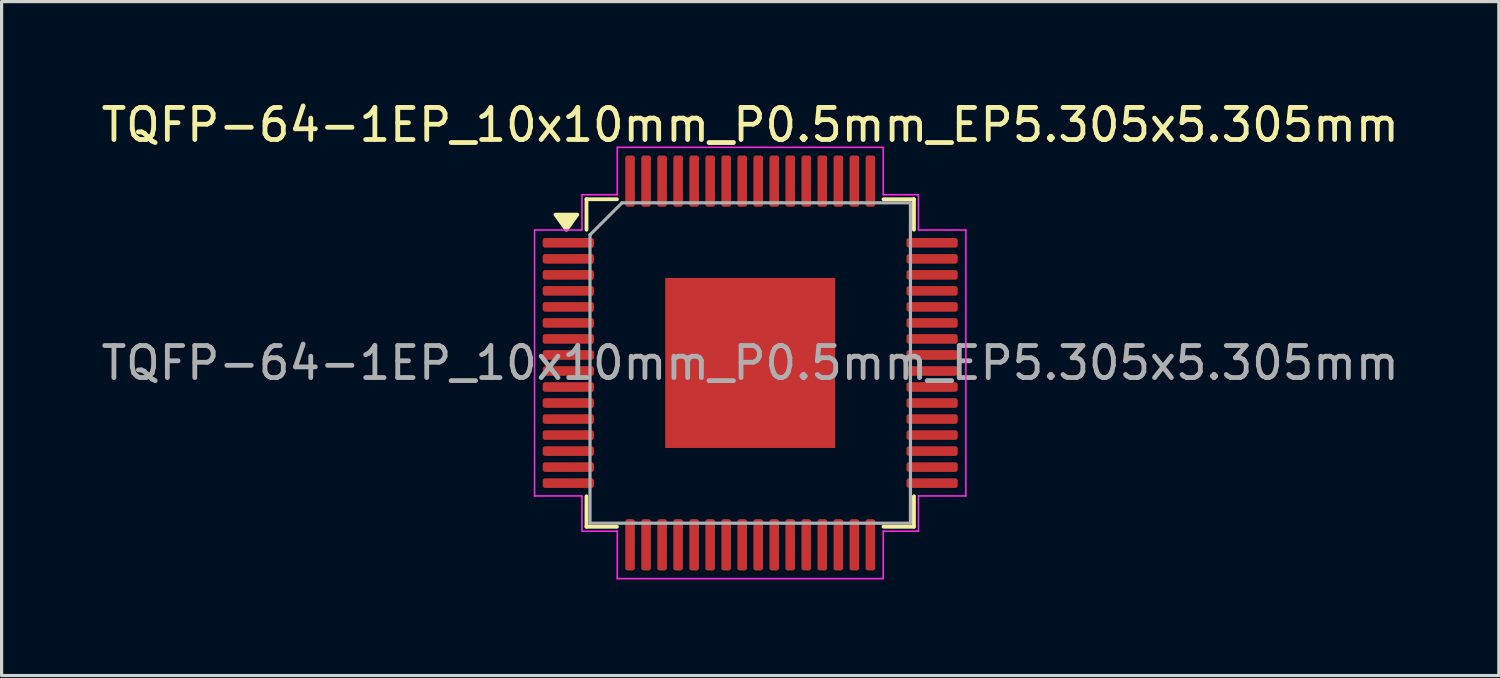
<source format=kicad_pcb>
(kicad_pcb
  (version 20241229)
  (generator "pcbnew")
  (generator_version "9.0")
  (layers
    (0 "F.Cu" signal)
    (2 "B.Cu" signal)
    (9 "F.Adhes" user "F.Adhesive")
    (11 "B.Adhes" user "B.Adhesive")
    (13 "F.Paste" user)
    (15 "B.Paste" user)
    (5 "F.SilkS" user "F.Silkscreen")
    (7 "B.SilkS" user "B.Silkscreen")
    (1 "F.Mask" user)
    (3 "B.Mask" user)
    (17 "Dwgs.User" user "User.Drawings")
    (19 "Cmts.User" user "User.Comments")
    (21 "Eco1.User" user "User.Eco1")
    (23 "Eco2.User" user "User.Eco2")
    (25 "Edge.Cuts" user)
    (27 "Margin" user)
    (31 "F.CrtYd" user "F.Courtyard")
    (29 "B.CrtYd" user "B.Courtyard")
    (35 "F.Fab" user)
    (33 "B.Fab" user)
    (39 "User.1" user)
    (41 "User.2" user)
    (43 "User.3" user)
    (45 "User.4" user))
  (footprint "TQFP-64-1EP_10x10mm_P0.5mm_EP5.305x5.305mm"
    (layer "F.Cu")
    (at 20.363 8.278)
    (property "Reference" "TQFP-64-1EP_10x10mm_P0.5mm_EP5.305x5.305mm" (at 0 -7.43 0) (layer "F.SilkS") (effects (font (size 1 1) (thickness 0.15))))
    (attr smd)
    (fp_line (start -5.11 -5.11) (end -5.11 -4.16) (stroke (width 0.12) (type solid)) (layer "F.SilkS"))
    (fp_line (start -5.11 5.11) (end -5.11 4.16) (stroke (width 0.12) (type solid)) (layer "F.SilkS"))
    (fp_line (start -4.16 -5.11) (end -5.11 -5.11) (stroke (width 0.12) (type solid)) (layer "F.SilkS"))
    (fp_line (start -4.16 5.11) (end -5.11 5.11) (stroke (width 0.12) (type solid)) (layer "F.SilkS"))
    (fp_line (start 4.16 -5.11) (end 5.11 -5.11) (stroke (width 0.12) (type solid)) (layer "F.SilkS"))
    (fp_line (start 4.16 5.11) (end 5.11 5.11) (stroke (width 0.12) (type solid)) (layer "F.SilkS"))
    (fp_line (start 5.11 -5.11) (end 5.11 -4.16) (stroke (width 0.12) (type solid)) (layer "F.SilkS"))
    (fp_line (start 5.11 5.11) (end 5.11 4.16) (stroke (width 0.12) (type solid)) (layer "F.SilkS"))
    (fp_poly (pts (xy -5.737 -4.16) (xy -6.077 -4.63) (xy -5.397 -4.63)) (stroke (width 0.12) (type solid)) (fill yes) (layer "F.SilkS"))
    (fp_line (start -6.73 -4.15) (end -5.25 -4.15) (stroke (width 0.05) (type solid)) (layer "F.CrtYd"))
    (fp_line (start -6.73 4.15) (end -6.73 -4.15) (stroke (width 0.05) (type solid)) (layer "F.CrtYd"))
    (fp_line (start -5.25 -5.25) (end -4.15 -5.25) (stroke (width 0.05) (type solid)) (layer "F.CrtYd"))
    (fp_line (start -5.25 -4.15) (end -5.25 -5.25) (stroke (width 0.05) (type solid)) (layer "F.CrtYd"))
    (fp_line (start -5.25 4.15) (end -6.73 4.15) (stroke (width 0.05) (type solid)) (layer "F.CrtYd"))
    (fp_line (start -5.25 5.25) (end -5.25 4.15) (stroke (width 0.05) (type solid)) (layer "F.CrtYd"))
    (fp_line (start -4.15 -6.73) (end 4.15 -6.73) (stroke (width 0.05) (type solid)) (layer "F.CrtYd"))
    (fp_line (start -4.15 -5.25) (end -4.15 -6.73) (stroke (width 0.05) (type solid)) (layer "F.CrtYd"))
    (fp_line (start -4.15 5.25) (end -5.25 5.25) (stroke (width 0.05) (type solid)) (layer "F.CrtYd"))
    (fp_line (start -4.15 6.73) (end -4.15 5.25) (stroke (width 0.05) (type solid)) (layer "F.CrtYd"))
    (fp_line (start 4.15 -6.73) (end 4.15 -5.25) (stroke (width 0.05) (type solid)) (layer "F.CrtYd"))
    (fp_line (start 4.15 -5.25) (end 5.25 -5.25) (stroke (width 0.05) (type solid)) (layer "F.CrtYd"))
    (fp_line (start 4.15 5.25) (end 4.15 6.73) (stroke (width 0.05) (type solid)) (layer "F.CrtYd"))
    (fp_line (start 4.15 6.73) (end -4.15 6.73) (stroke (width 0.05) (type solid)) (layer "F.CrtYd"))
    (fp_line (start 5.25 -5.25) (end 5.25 -4.15) (stroke (width 0.05) (type solid)) (layer "F.CrtYd"))
    (fp_line (start 5.25 -4.15) (end 6.73 -4.15) (stroke (width 0.05) (type solid)) (layer "F.CrtYd"))
    (fp_line (start 5.25 4.15) (end 5.25 5.25) (stroke (width 0.05) (type solid)) (layer "F.CrtYd"))
    (fp_line (start 5.25 5.25) (end 4.15 5.25) (stroke (width 0.05) (type solid)) (layer "F.CrtYd"))
    (fp_line (start 6.73 -4.15) (end 6.73 4.15) (stroke (width 0.05) (type solid)) (layer "F.CrtYd"))
    (fp_line (start 6.73 4.15) (end 5.25 4.15) (stroke (width 0.05) (type solid)) (layer "F.CrtYd"))
    (fp_line (start -5 -4) (end -4 -5) (stroke (width 0.1) (type solid)) (layer "F.Fab"))
    (fp_line (start -5 5) (end -5 -4) (stroke (width 0.1) (type solid)) (layer "F.Fab"))
    (fp_line (start -4 -5) (end 5 -5) (stroke (width 0.1) (type solid)) (layer "F.Fab"))
    (fp_line (start 5 -5) (end 5 5) (stroke (width 0.1) (type solid)) (layer "F.Fab"))
    (fp_line (start 5 5) (end -5 5) (stroke (width 0.1) (type solid)) (layer "F.Fab"))
    (fp_text user "${REFERENCE}" (at 0 0 0) (layer "F.Fab") (effects (font (size 1 1) (thickness 0.15))))
    (pad "" smd roundrect (at -1.995 -1.995) (size 1.07 1.07) (layers "F.Paste") (roundrect_rratio 0.234))
    (pad "" smd roundrect (at -1.995 -0.665) (size 1.07 1.07) (layers "F.Paste") (roundrect_rratio 0.234))
    (pad "" smd roundrect (at -1.995 0.665) (size 1.07 1.07) (layers "F.Paste") (roundrect_rratio 0.234))
    (pad "" smd roundrect (at -1.995 1.995) (size 1.07 1.07) (layers "F.Paste") (roundrect_rratio 0.234))
    (pad "" smd roundrect (at -0.665 -1.995) (size 1.07 1.07) (layers "F.Paste") (roundrect_rratio 0.234))
    (pad "" smd roundrect (at -0.665 -0.665) (size 1.07 1.07) (layers "F.Paste") (roundrect_rratio 0.234))
    (pad "" smd roundrect (at -0.665 0.665) (size 1.07 1.07) (layers "F.Paste") (roundrect_rratio 0.234))
    (pad "" smd roundrect (at -0.665 1.995) (size 1.07 1.07) (layers "F.Paste") (roundrect_rratio 0.234))
    (pad "" smd roundrect (at 0.665 -1.995) (size 1.07 1.07) (layers "F.Paste") (roundrect_rratio 0.234))
    (pad "" smd roundrect (at 0.665 -0.665) (size 1.07 1.07) (layers "F.Paste") (roundrect_rratio 0.234))
    (pad "" smd roundrect (at 0.665 0.665) (size 1.07 1.07) (layers "F.Paste") (roundrect_rratio 0.234))
    (pad "" smd roundrect (at 0.665 1.995) (size 1.07 1.07) (layers "F.Paste") (roundrect_rratio 0.234))
    (pad "" smd roundrect (at 1.995 -1.995) (size 1.07 1.07) (layers "F.Paste") (roundrect_rratio 0.234))
    (pad "" smd roundrect (at 1.995 -0.665) (size 1.07 1.07) (layers "F.Paste") (roundrect_rratio 0.234))
    (pad "" smd roundrect (at 1.995 0.665) (size 1.07 1.07) (layers "F.Paste") (roundrect_rratio 0.234))
    (pad "" smd roundrect (at 1.995 1.995) (size 1.07 1.07) (layers "F.Paste") (roundrect_rratio 0.234))
    (pad "1" smd roundrect (at -5.675 -3.75) (size 1.6 0.3) (layers "F.Cu" "F.Mask" "F.Paste") (roundrect_rratio 0.25))
    (pad "2" smd roundrect (at -5.675 -3.25) (size 1.6 0.3) (layers "F.Cu" "F.Mask" "F.Paste") (roundrect_rratio 0.25))
    (pad "3" smd roundrect (at -5.675 -2.75) (size 1.6 0.3) (layers "F.Cu" "F.Mask" "F.Paste") (roundrect_rratio 0.25))
    (pad "4" smd roundrect (at -5.675 -2.25) (size 1.6 0.3) (layers "F.Cu" "F.Mask" "F.Paste") (roundrect_rratio 0.25))
    (pad "5" smd roundrect (at -5.675 -1.75) (size 1.6 0.3) (layers "F.Cu" "F.Mask" "F.Paste") (roundrect_rratio 0.25))
    (pad "6" smd roundrect (at -5.675 -1.25) (size 1.6 0.3) (layers "F.Cu" "F.Mask" "F.Paste") (roundrect_rratio 0.25))
    (pad "7" smd roundrect (at -5.675 -0.75) (size 1.6 0.3) (layers "F.Cu" "F.Mask" "F.Paste") (roundrect_rratio 0.25))
    (pad "8" smd roundrect (at -5.675 -0.25) (size 1.6 0.3) (layers "F.Cu" "F.Mask" "F.Paste") (roundrect_rratio 0.25))
    (pad "9" smd roundrect (at -5.675 0.25) (size 1.6 0.3) (layers "F.Cu" "F.Mask" "F.Paste") (roundrect_rratio 0.25))
    (pad "10" smd roundrect (at -5.675 0.75) (size 1.6 0.3) (layers "F.Cu" "F.Mask" "F.Paste") (roundrect_rratio 0.25))
    (pad "11" smd roundrect (at -5.675 1.25) (size 1.6 0.3) (layers "F.Cu" "F.Mask" "F.Paste") (roundrect_rratio 0.25))
    (pad "12" smd roundrect (at -5.675 1.75) (size 1.6 0.3) (layers "F.Cu" "F.Mask" "F.Paste") (roundrect_rratio 0.25))
    (pad "13" smd roundrect (at -5.675 2.25) (size 1.6 0.3) (layers "F.Cu" "F.Mask" "F.Paste") (roundrect_rratio 0.25))
    (pad "14" smd roundrect (at -5.675 2.75) (size 1.6 0.3) (layers "F.Cu" "F.Mask" "F.Paste") (roundrect_rratio 0.25))
    (pad "15" smd roundrect (at -5.675 3.25) (size 1.6 0.3) (layers "F.Cu" "F.Mask" "F.Paste") (roundrect_rratio 0.25))
    (pad "16" smd roundrect (at -5.675 3.75) (size 1.6 0.3) (layers "F.Cu" "F.Mask" "F.Paste") (roundrect_rratio 0.25))
    (pad "17" smd roundrect (at -3.75 5.675) (size 0.3 1.6) (layers "F.Cu" "F.Mask" "F.Paste") (roundrect_rratio 0.25))
    (pad "18" smd roundrect (at -3.25 5.675) (size 0.3 1.6) (layers "F.Cu" "F.Mask" "F.Paste") (roundrect_rratio 0.25))
    (pad "19" smd roundrect (at -2.75 5.675) (size 0.3 1.6) (layers "F.Cu" "F.Mask" "F.Paste") (roundrect_rratio 0.25))
    (pad "20" smd roundrect (at -2.25 5.675) (size 0.3 1.6) (layers "F.Cu" "F.Mask" "F.Paste") (roundrect_rratio 0.25))
    (pad "21" smd roundrect (at -1.75 5.675) (size 0.3 1.6) (layers "F.Cu" "F.Mask" "F.Paste") (roundrect_rratio 0.25))
    (pad "22" smd roundrect (at -1.25 5.675) (size 0.3 1.6) (layers "F.Cu" "F.Mask" "F.Paste") (roundrect_rratio 0.25))
    (pad "23" smd roundrect (at -0.75 5.675) (size 0.3 1.6) (layers "F.Cu" "F.Mask" "F.Paste") (roundrect_rratio 0.25))
    (pad "24" smd roundrect (at -0.25 5.675) (size 0.3 1.6) (layers "F.Cu" "F.Mask" "F.Paste") (roundrect_rratio 0.25))
    (pad "25" smd roundrect (at 0.25 5.675) (size 0.3 1.6) (layers "F.Cu" "F.Mask" "F.Paste") (roundrect_rratio 0.25))
    (pad "26" smd roundrect (at 0.75 5.675) (size 0.3 1.6) (layers "F.Cu" "F.Mask" "F.Paste") (roundrect_rratio 0.25))
    (pad "27" smd roundrect (at 1.25 5.675) (size 0.3 1.6) (layers "F.Cu" "F.Mask" "F.Paste") (roundrect_rratio 0.25))
    (pad "28" smd roundrect (at 1.75 5.675) (size 0.3 1.6) (layers "F.Cu" "F.Mask" "F.Paste") (roundrect_rratio 0.25))
    (pad "29" smd roundrect (at 2.25 5.675) (size 0.3 1.6) (layers "F.Cu" "F.Mask" "F.Paste") (roundrect_rratio 0.25))
    (pad "30" smd roundrect (at 2.75 5.675) (size 0.3 1.6) (layers "F.Cu" "F.Mask" "F.Paste") (roundrect_rratio 0.25))
    (pad "31" smd roundrect (at 3.25 5.675) (size 0.3 1.6) (layers "F.Cu" "F.Mask" "F.Paste") (roundrect_rratio 0.25))
    (pad "32" smd roundrect (at 3.75 5.675) (size 0.3 1.6) (layers "F.Cu" "F.Mask" "F.Paste") (roundrect_rratio 0.25))
    (pad "33" smd roundrect (at 5.675 3.75) (size 1.6 0.3) (layers "F.Cu" "F.Mask" "F.Paste") (roundrect_rratio 0.25))
    (pad "34" smd roundrect (at 5.675 3.25) (size 1.6 0.3) (layers "F.Cu" "F.Mask" "F.Paste") (roundrect_rratio 0.25))
    (pad "35" smd roundrect (at 5.675 2.75) (size 1.6 0.3) (layers "F.Cu" "F.Mask" "F.Paste") (roundrect_rratio 0.25))
    (pad "36" smd roundrect (at 5.675 2.25) (size 1.6 0.3) (layers "F.Cu" "F.Mask" "F.Paste") (roundrect_rratio 0.25))
    (pad "37" smd roundrect (at 5.675 1.75) (size 1.6 0.3) (layers "F.Cu" "F.Mask" "F.Paste") (roundrect_rratio 0.25))
    (pad "38" smd roundrect (at 5.675 1.25) (size 1.6 0.3) (layers "F.Cu" "F.Mask" "F.Paste") (roundrect_rratio 0.25))
    (pad "39" smd roundrect (at 5.675 0.75) (size 1.6 0.3) (layers "F.Cu" "F.Mask" "F.Paste") (roundrect_rratio 0.25))
    (pad "40" smd roundrect (at 5.675 0.25) (size 1.6 0.3) (layers "F.Cu" "F.Mask" "F.Paste") (roundrect_rratio 0.25))
    (pad "41" smd roundrect (at 5.675 -0.25) (size 1.6 0.3) (layers "F.Cu" "F.Mask" "F.Paste") (roundrect_rratio 0.25))
    (pad "42" smd roundrect (at 5.675 -0.75) (size 1.6 0.3) (layers "F.Cu" "F.Mask" "F.Paste") (roundrect_rratio 0.25))
    (pad "43" smd roundrect (at 5.675 -1.25) (size 1.6 0.3) (layers "F.Cu" "F.Mask" "F.Paste") (roundrect_rratio 0.25))
    (pad "44" smd roundrect (at 5.675 -1.75) (size 1.6 0.3) (layers "F.Cu" "F.Mask" "F.Paste") (roundrect_rratio 0.25))
    (pad "45" smd roundrect (at 5.675 -2.25) (size 1.6 0.3) (layers "F.Cu" "F.Mask" "F.Paste") (roundrect_rratio 0.25))
    (pad "46" smd roundrect (at 5.675 -2.75) (size 1.6 0.3) (layers "F.Cu" "F.Mask" "F.Paste") (roundrect_rratio 0.25))
    (pad "47" smd roundrect (at 5.675 -3.25) (size 1.6 0.3) (layers "F.Cu" "F.Mask" "F.Paste") (roundrect_rratio 0.25))
    (pad "48" smd roundrect (at 5.675 -3.75) (size 1.6 0.3) (layers "F.Cu" "F.Mask" "F.Paste") (roundrect_rratio 0.25))
    (pad "49" smd roundrect (at 3.75 -5.675) (size 0.3 1.6) (layers "F.Cu" "F.Mask" "F.Paste") (roundrect_rratio 0.25))
    (pad "50" smd roundrect (at 3.25 -5.675) (size 0.3 1.6) (layers "F.Cu" "F.Mask" "F.Paste") (roundrect_rratio 0.25))
    (pad "51" smd roundrect (at 2.75 -5.675) (size 0.3 1.6) (layers "F.Cu" "F.Mask" "F.Paste") (roundrect_rratio 0.25))
    (pad "52" smd roundrect (at 2.25 -5.675) (size 0.3 1.6) (layers "F.Cu" "F.Mask" "F.Paste") (roundrect_rratio 0.25))
    (pad "53" smd roundrect (at 1.75 -5.675) (size 0.3 1.6) (layers "F.Cu" "F.Mask" "F.Paste") (roundrect_rratio 0.25))
    (pad "54" smd roundrect (at 1.25 -5.675) (size 0.3 1.6) (layers "F.Cu" "F.Mask" "F.Paste") (roundrect_rratio 0.25))
    (pad "55" smd roundrect (at 0.75 -5.675) (size 0.3 1.6) (layers "F.Cu" "F.Mask" "F.Paste") (roundrect_rratio 0.25))
    (pad "56" smd roundrect (at 0.25 -5.675) (size 0.3 1.6) (layers "F.Cu" "F.Mask" "F.Paste") (roundrect_rratio 0.25))
    (pad "57" smd roundrect (at -0.25 -5.675) (size 0.3 1.6) (layers "F.Cu" "F.Mask" "F.Paste") (roundrect_rratio 0.25))
    (pad "58" smd roundrect (at -0.75 -5.675) (size 0.3 1.6) (layers "F.Cu" "F.Mask" "F.Paste") (roundrect_rratio 0.25))
    (pad "59" smd roundrect (at -1.25 -5.675) (size 0.3 1.6) (layers "F.Cu" "F.Mask" "F.Paste") (roundrect_rratio 0.25))
    (pad "60" smd roundrect (at -1.75 -5.675) (size 0.3 1.6) (layers "F.Cu" "F.Mask" "F.Paste") (roundrect_rratio 0.25))
    (pad "61" smd roundrect (at -2.25 -5.675) (size 0.3 1.6) (layers "F.Cu" "F.Mask" "F.Paste") (roundrect_rratio 0.25))
    (pad "62" smd roundrect (at -2.75 -5.675) (size 0.3 1.6) (layers "F.Cu" "F.Mask" "F.Paste") (roundrect_rratio 0.25))
    (pad "63" smd roundrect (at -3.25 -5.675) (size 0.3 1.6) (layers "F.Cu" "F.Mask" "F.Paste") (roundrect_rratio 0.25))
    (pad "64" smd roundrect (at -3.75 -5.675) (size 0.3 1.6) (layers "F.Cu" "F.Mask" "F.Paste") (roundrect_rratio 0.25))
    (pad "65" smd rect (at 0 0) (size 5.305 5.305) (property pad_prop_heatsink) (layers "F.Cu" "F.Mask")))
  (gr_rect
    (start -3 -3)
    (end 43.726 18.033)
    (stroke (width 0.1) (type default))
    (fill no)
    (layer "Edge.Cuts")))
</source>
